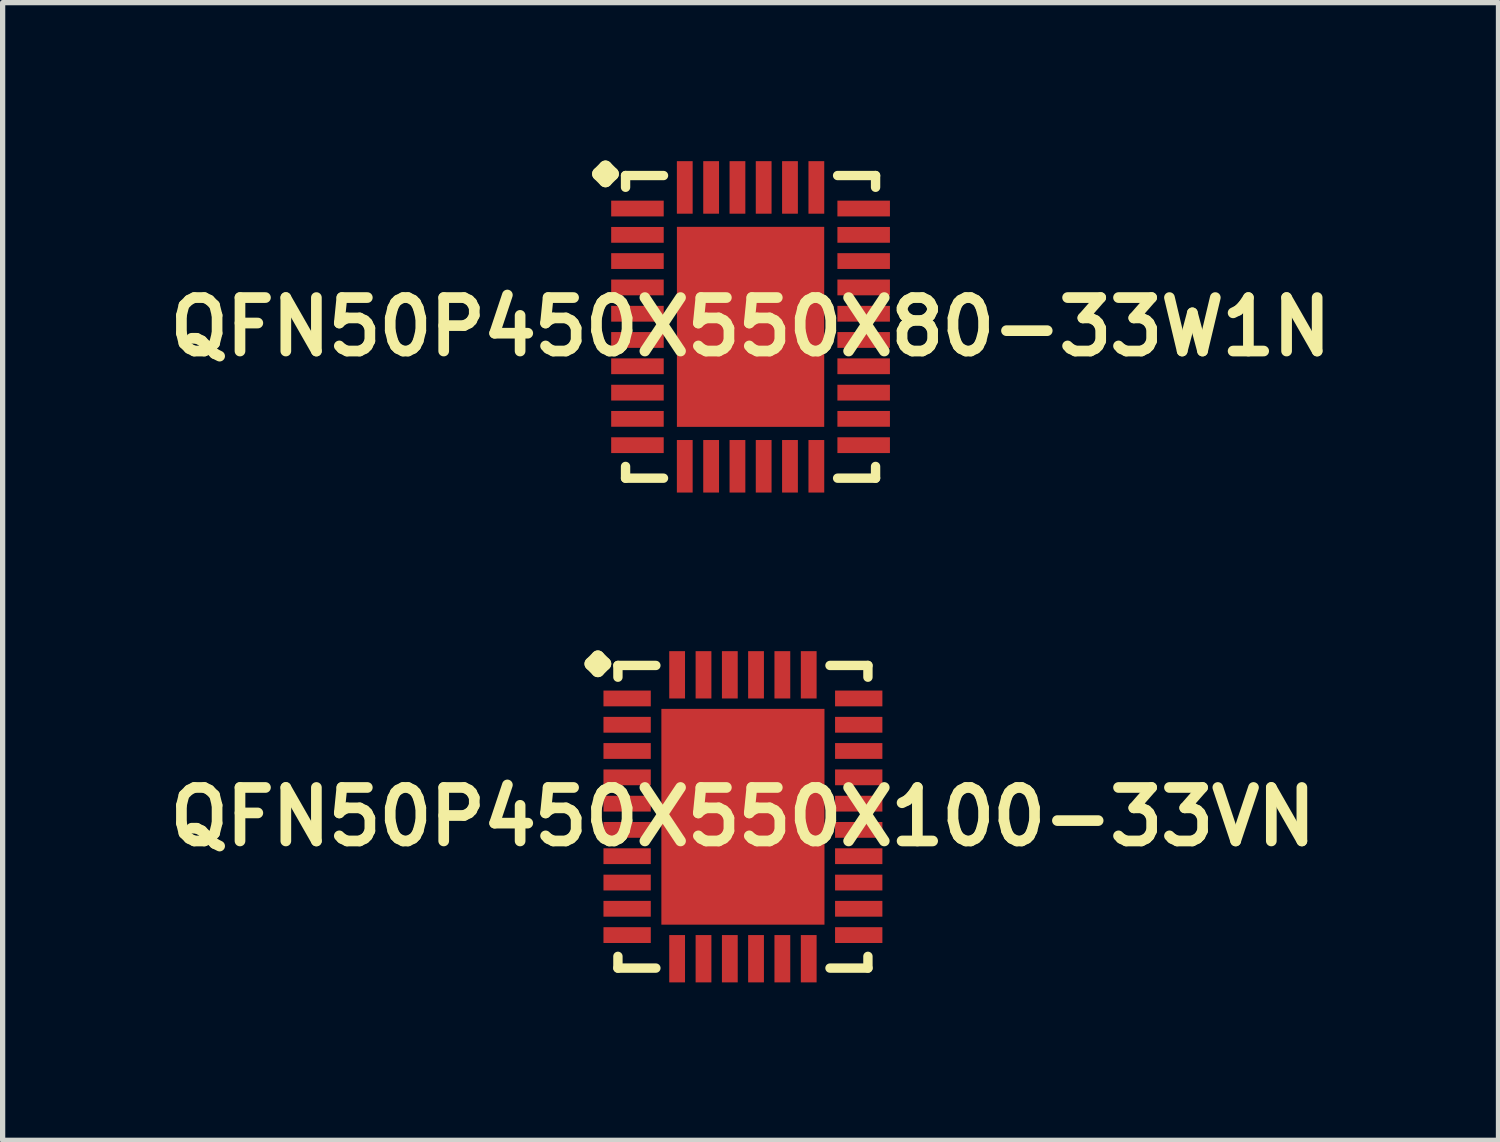
<source format=kicad_pcb>
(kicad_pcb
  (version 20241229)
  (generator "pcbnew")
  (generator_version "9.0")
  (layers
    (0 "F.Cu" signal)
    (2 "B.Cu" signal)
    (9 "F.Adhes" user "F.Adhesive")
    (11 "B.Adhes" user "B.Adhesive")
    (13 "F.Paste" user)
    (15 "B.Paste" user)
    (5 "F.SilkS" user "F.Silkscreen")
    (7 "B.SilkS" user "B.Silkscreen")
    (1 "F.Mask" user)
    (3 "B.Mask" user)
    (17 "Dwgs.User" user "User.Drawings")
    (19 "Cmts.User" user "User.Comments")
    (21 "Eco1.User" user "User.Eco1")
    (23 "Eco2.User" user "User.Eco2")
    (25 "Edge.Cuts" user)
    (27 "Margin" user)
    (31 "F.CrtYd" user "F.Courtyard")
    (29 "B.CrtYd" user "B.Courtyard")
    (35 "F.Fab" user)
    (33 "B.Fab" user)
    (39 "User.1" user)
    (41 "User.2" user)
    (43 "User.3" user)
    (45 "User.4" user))
  (footprint "QFN50P450X550X100-33VN"
    (layer "F.Cu")
    (at 11.065 12.468)
    (property "Reference" "QFN50P450X550X100-33VN" (at 0 0 0) (layer "F.SilkS") (effects (font (size 1.016 1.016) (thickness 0.203))))
    (attr smd)
    (fp_line (start -2.883 -2.906) (end -2.756 -3.033) (stroke (width 0.254) (type solid)) (layer "F.SilkS"))
    (fp_line (start -2.756 -3.033) (end -2.629 -2.906) (stroke (width 0.254) (type solid)) (layer "F.SilkS"))
    (fp_line (start -2.756 -2.779) (end -2.883 -2.906) (stroke (width 0.254) (type solid)) (layer "F.SilkS"))
    (fp_line (start -2.629 -2.906) (end -2.756 -2.779) (stroke (width 0.254) (type solid)) (layer "F.SilkS"))
    (fp_line (start -2.375 -2.875) (end -1.654 -2.875) (stroke (width 0.178) (type solid)) (layer "F.SilkS"))
    (fp_line (start -2.375 -2.652) (end -2.375 -2.875) (stroke (width 0.178) (type solid)) (layer "F.SilkS"))
    (fp_line (start -2.375 2.652) (end -2.375 2.875) (stroke (width 0.178) (type solid)) (layer "F.SilkS"))
    (fp_line (start -2.375 2.875) (end -1.654 2.875) (stroke (width 0.178) (type solid)) (layer "F.SilkS"))
    (fp_line (start 1.654 -2.875) (end 2.375 -2.875) (stroke (width 0.178) (type solid)) (layer "F.SilkS"))
    (fp_line (start 1.654 2.875) (end 2.375 2.875) (stroke (width 0.178) (type solid)) (layer "F.SilkS"))
    (fp_line (start 2.375 -2.875) (end 2.375 -2.652) (stroke (width 0.178) (type solid)) (layer "F.SilkS"))
    (fp_line (start 2.375 2.875) (end 2.375 2.652) (stroke (width 0.178) (type solid)) (layer "F.SilkS"))
    (pad "1" smd rect (at -2.2 -2.248) (size 0.899 0.3) (layers "F.Cu" "F.Mask" "F.Paste"))
    (pad "2" smd rect (at -2.2 -1.748) (size 0.899 0.3) (layers "F.Cu" "F.Mask" "F.Paste"))
    (pad "3" smd rect (at -2.2 -1.25) (size 0.899 0.3) (layers "F.Cu" "F.Mask" "F.Paste"))
    (pad "4" smd rect (at -2.2 -0.749) (size 0.899 0.3) (layers "F.Cu" "F.Mask" "F.Paste"))
    (pad "5" smd rect (at -2.2 -0.249) (size 0.899 0.3) (layers "F.Cu" "F.Mask" "F.Paste"))
    (pad "6" smd rect (at -2.2 0.249) (size 0.899 0.3) (layers "F.Cu" "F.Mask" "F.Paste"))
    (pad "7" smd rect (at -2.2 0.749) (size 0.899 0.3) (layers "F.Cu" "F.Mask" "F.Paste"))
    (pad "8" smd rect (at -2.2 1.25) (size 0.899 0.3) (layers "F.Cu" "F.Mask" "F.Paste"))
    (pad "9" smd rect (at -2.2 1.748) (size 0.899 0.3) (layers "F.Cu" "F.Mask" "F.Paste"))
    (pad "10" smd rect (at -2.2 2.248) (size 0.899 0.3) (layers "F.Cu" "F.Mask" "F.Paste"))
    (pad "11" smd rect (at -1.25 2.697) (size 0.3 0.899) (layers "F.Cu" "F.Mask" "F.Paste"))
    (pad "12" smd rect (at -0.749 2.697) (size 0.3 0.899) (layers "F.Cu" "F.Mask" "F.Paste"))
    (pad "13" smd rect (at -0.249 2.697) (size 0.3 0.899) (layers "F.Cu" "F.Mask" "F.Paste"))
    (pad "14" smd rect (at 0.249 2.697) (size 0.3 0.899) (layers "F.Cu" "F.Mask" "F.Paste"))
    (pad "15" smd rect (at 0.749 2.697) (size 0.3 0.899) (layers "F.Cu" "F.Mask" "F.Paste"))
    (pad "16" smd rect (at 1.25 2.697) (size 0.3 0.899) (layers "F.Cu" "F.Mask" "F.Paste"))
    (pad "17" smd rect (at 2.2 2.248) (size 0.899 0.3) (layers "F.Cu" "F.Mask" "F.Paste"))
    (pad "18" smd rect (at 2.2 1.748) (size 0.899 0.3) (layers "F.Cu" "F.Mask" "F.Paste"))
    (pad "19" smd rect (at 2.2 1.25) (size 0.899 0.3) (layers "F.Cu" "F.Mask" "F.Paste"))
    (pad "20" smd rect (at 2.2 0.749) (size 0.899 0.3) (layers "F.Cu" "F.Mask" "F.Paste"))
    (pad "21" smd rect (at 2.2 0.249) (size 0.899 0.3) (layers "F.Cu" "F.Mask" "F.Paste"))
    (pad "22" smd rect (at 2.2 -0.249) (size 0.899 0.3) (layers "F.Cu" "F.Mask" "F.Paste"))
    (pad "23" smd rect (at 2.2 -0.749) (size 0.899 0.3) (layers "F.Cu" "F.Mask" "F.Paste"))
    (pad "24" smd rect (at 2.2 -1.25) (size 0.899 0.3) (layers "F.Cu" "F.Mask" "F.Paste"))
    (pad "25" smd rect (at 2.2 -1.748) (size 0.899 0.3) (layers "F.Cu" "F.Mask" "F.Paste"))
    (pad "26" smd rect (at 2.2 -2.248) (size 0.899 0.3) (layers "F.Cu" "F.Mask" "F.Paste"))
    (pad "27" smd rect (at 1.25 -2.697) (size 0.3 0.899) (layers "F.Cu" "F.Mask" "F.Paste"))
    (pad "28" smd rect (at 0.749 -2.697) (size 0.3 0.899) (layers "F.Cu" "F.Mask" "F.Paste"))
    (pad "29" smd rect (at 0.249 -2.697) (size 0.3 0.899) (layers "F.Cu" "F.Mask" "F.Paste"))
    (pad "30" smd rect (at -0.249 -2.697) (size 0.3 0.899) (layers "F.Cu" "F.Mask" "F.Paste"))
    (pad "31" smd rect (at -0.749 -2.697) (size 0.3 0.899) (layers "F.Cu" "F.Mask" "F.Paste"))
    (pad "32" smd rect (at -1.25 -2.697) (size 0.3 0.899) (layers "F.Cu" "F.Mask" "F.Paste"))
    (pad "33" smd rect (at 0 0) (size 3.099 4.1) (layers "F.Cu" "F.Mask" "F.Paste")))
  (footprint "QFN50P450X550X80-33W1N"
    (layer "F.Cu")
    (at 11.21 3.16)
    (property "Reference" "QFN50P450X550X80-33W1N" (at 0 0 0) (layer "F.SilkS") (effects (font (size 1.016 1.016) (thickness 0.203))))
    (attr smd)
    (fp_line (start -2.883 -2.906) (end -2.756 -3.033) (stroke (width 0.254) (type solid)) (layer "F.SilkS"))
    (fp_line (start -2.756 -3.033) (end -2.629 -2.906) (stroke (width 0.254) (type solid)) (layer "F.SilkS"))
    (fp_line (start -2.756 -2.779) (end -2.883 -2.906) (stroke (width 0.254) (type solid)) (layer "F.SilkS"))
    (fp_line (start -2.629 -2.906) (end -2.756 -2.779) (stroke (width 0.254) (type solid)) (layer "F.SilkS"))
    (fp_line (start -2.375 -2.875) (end -1.654 -2.875) (stroke (width 0.178) (type solid)) (layer "F.SilkS"))
    (fp_line (start -2.375 -2.652) (end -2.375 -2.875) (stroke (width 0.178) (type solid)) (layer "F.SilkS"))
    (fp_line (start -2.375 2.652) (end -2.375 2.875) (stroke (width 0.178) (type solid)) (layer "F.SilkS"))
    (fp_line (start -2.375 2.875) (end -1.654 2.875) (stroke (width 0.178) (type solid)) (layer "F.SilkS"))
    (fp_line (start 1.654 -2.875) (end 2.375 -2.875) (stroke (width 0.178) (type solid)) (layer "F.SilkS"))
    (fp_line (start 1.654 2.875) (end 2.375 2.875) (stroke (width 0.178) (type solid)) (layer "F.SilkS"))
    (fp_line (start 2.375 -2.875) (end 2.375 -2.652) (stroke (width 0.178) (type solid)) (layer "F.SilkS"))
    (fp_line (start 2.375 2.875) (end 2.375 2.652) (stroke (width 0.178) (type solid)) (layer "F.SilkS"))
    (pad "1" smd rect (at -2.149 -2.248) (size 0.998 0.3) (layers "F.Cu" "F.Mask" "F.Paste"))
    (pad "2" smd rect (at -2.149 -1.748) (size 0.998 0.3) (layers "F.Cu" "F.Mask" "F.Paste"))
    (pad "3" smd rect (at -2.149 -1.25) (size 0.998 0.3) (layers "F.Cu" "F.Mask" "F.Paste"))
    (pad "4" smd rect (at -2.149 -0.749) (size 0.998 0.3) (layers "F.Cu" "F.Mask" "F.Paste"))
    (pad "5" smd rect (at -2.149 -0.249) (size 0.998 0.3) (layers "F.Cu" "F.Mask" "F.Paste"))
    (pad "6" smd rect (at -2.149 0.249) (size 0.998 0.3) (layers "F.Cu" "F.Mask" "F.Paste"))
    (pad "7" smd rect (at -2.149 0.749) (size 0.998 0.3) (layers "F.Cu" "F.Mask" "F.Paste"))
    (pad "8" smd rect (at -2.149 1.25) (size 0.998 0.3) (layers "F.Cu" "F.Mask" "F.Paste"))
    (pad "9" smd rect (at -2.149 1.748) (size 0.998 0.3) (layers "F.Cu" "F.Mask" "F.Paste"))
    (pad "10" smd rect (at -2.149 2.248) (size 0.998 0.3) (layers "F.Cu" "F.Mask" "F.Paste"))
    (pad "11" smd rect (at -1.25 2.649) (size 0.3 0.998) (layers "F.Cu" "F.Mask" "F.Paste"))
    (pad "12" smd rect (at -0.749 2.649) (size 0.3 0.998) (layers "F.Cu" "F.Mask" "F.Paste"))
    (pad "13" smd rect (at -0.249 2.649) (size 0.3 0.998) (layers "F.Cu" "F.Mask" "F.Paste"))
    (pad "14" smd rect (at 0.249 2.649) (size 0.3 0.998) (layers "F.Cu" "F.Mask" "F.Paste"))
    (pad "15" smd rect (at 0.749 2.649) (size 0.3 0.998) (layers "F.Cu" "F.Mask" "F.Paste"))
    (pad "16" smd rect (at 1.25 2.649) (size 0.3 0.998) (layers "F.Cu" "F.Mask" "F.Paste"))
    (pad "17" smd rect (at 2.149 2.248) (size 0.998 0.3) (layers "F.Cu" "F.Mask" "F.Paste"))
    (pad "18" smd rect (at 2.149 1.748) (size 0.998 0.3) (layers "F.Cu" "F.Mask" "F.Paste"))
    (pad "19" smd rect (at 2.149 1.25) (size 0.998 0.3) (layers "F.Cu" "F.Mask" "F.Paste"))
    (pad "20" smd rect (at 2.149 0.749) (size 0.998 0.3) (layers "F.Cu" "F.Mask" "F.Paste"))
    (pad "21" smd rect (at 2.149 0.249) (size 0.998 0.3) (layers "F.Cu" "F.Mask" "F.Paste"))
    (pad "22" smd rect (at 2.149 -0.249) (size 0.998 0.3) (layers "F.Cu" "F.Mask" "F.Paste"))
    (pad "23" smd rect (at 2.149 -0.749) (size 0.998 0.3) (layers "F.Cu" "F.Mask" "F.Paste"))
    (pad "24" smd rect (at 2.149 -1.25) (size 0.998 0.3) (layers "F.Cu" "F.Mask" "F.Paste"))
    (pad "25" smd rect (at 2.149 -1.748) (size 0.998 0.3) (layers "F.Cu" "F.Mask" "F.Paste"))
    (pad "26" smd rect (at 2.149 -2.248) (size 0.998 0.3) (layers "F.Cu" "F.Mask" "F.Paste"))
    (pad "27" smd rect (at 1.25 -2.649) (size 0.3 0.998) (layers "F.Cu" "F.Mask" "F.Paste"))
    (pad "28" smd rect (at 0.749 -2.649) (size 0.3 0.998) (layers "F.Cu" "F.Mask" "F.Paste"))
    (pad "29" smd rect (at 0.249 -2.649) (size 0.3 0.998) (layers "F.Cu" "F.Mask" "F.Paste"))
    (pad "30" smd rect (at -0.249 -2.649) (size 0.3 0.998) (layers "F.Cu" "F.Mask" "F.Paste"))
    (pad "31" smd rect (at -0.749 -2.649) (size 0.3 0.998) (layers "F.Cu" "F.Mask" "F.Paste"))
    (pad "32" smd rect (at -1.25 -2.649) (size 0.3 0.998) (layers "F.Cu" "F.Mask" "F.Paste"))
    (pad "33" smd rect (at 0 0) (size 2.799 3.8) (layers "F.Cu" "F.Mask" "F.Paste")))
  (gr_rect
    (start -3 -3)
    (end 25.42 18.615)
    (stroke (width 0.1) (type default))
    (fill no)
    (layer "Edge.Cuts")))
</source>
